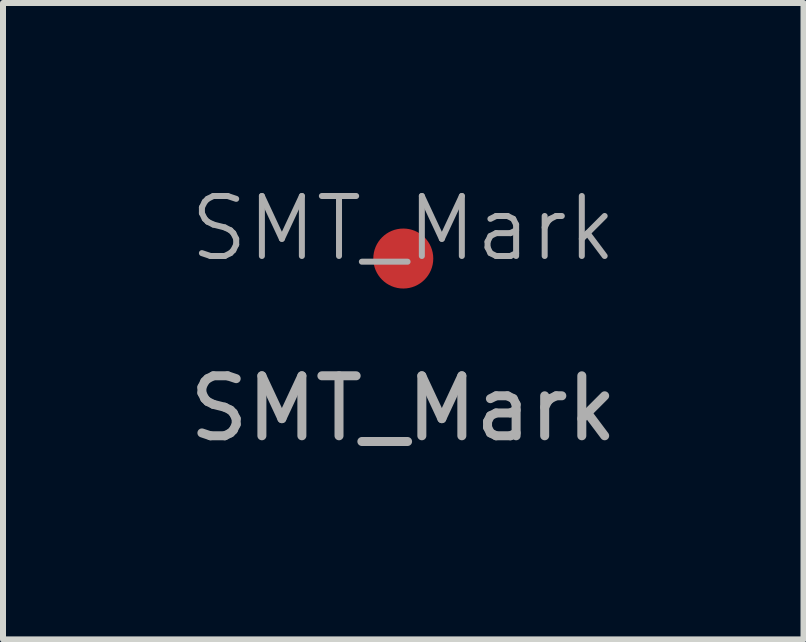
<source format=kicad_pcb>
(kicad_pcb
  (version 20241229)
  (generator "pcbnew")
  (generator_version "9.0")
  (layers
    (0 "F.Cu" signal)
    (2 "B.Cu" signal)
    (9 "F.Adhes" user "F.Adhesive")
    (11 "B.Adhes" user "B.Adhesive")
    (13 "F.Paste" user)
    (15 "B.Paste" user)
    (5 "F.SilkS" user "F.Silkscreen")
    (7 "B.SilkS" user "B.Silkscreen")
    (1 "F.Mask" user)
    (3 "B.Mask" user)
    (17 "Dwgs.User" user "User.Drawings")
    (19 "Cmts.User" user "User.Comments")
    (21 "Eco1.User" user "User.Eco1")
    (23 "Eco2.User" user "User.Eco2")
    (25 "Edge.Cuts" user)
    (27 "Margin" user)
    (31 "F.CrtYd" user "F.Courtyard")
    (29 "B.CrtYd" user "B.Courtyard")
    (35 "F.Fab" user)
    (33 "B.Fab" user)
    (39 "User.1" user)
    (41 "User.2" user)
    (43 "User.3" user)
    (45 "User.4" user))
  (footprint "SMT_Mark"
    (layer "F.Cu")
    (at 3.673 1.26)
    (property "Reference" "SMT_Mark" (at 0 -0.5 0) (unlocked yes) (layer "F.Fab") (effects (font (size 1 1) (thickness 0.1))))
    (attr board_only exclude_from_bom)
    (fp_text user "${REFERENCE}" (at 0 2.5 0) (unlocked yes) (layer "F.Fab") (effects (font (size 1 1) (thickness 0.15))))
    (pad "1" smd circle (at 0 0) (size 1 1) (layers "F.Cu" "F.Mask" "F.Paste")))
  (gr_rect
    (start -3 -3)
    (end 10.345 7.609)
    (stroke (width 0.1) (type default))
    (fill no)
    (layer "Edge.Cuts")))
</source>
